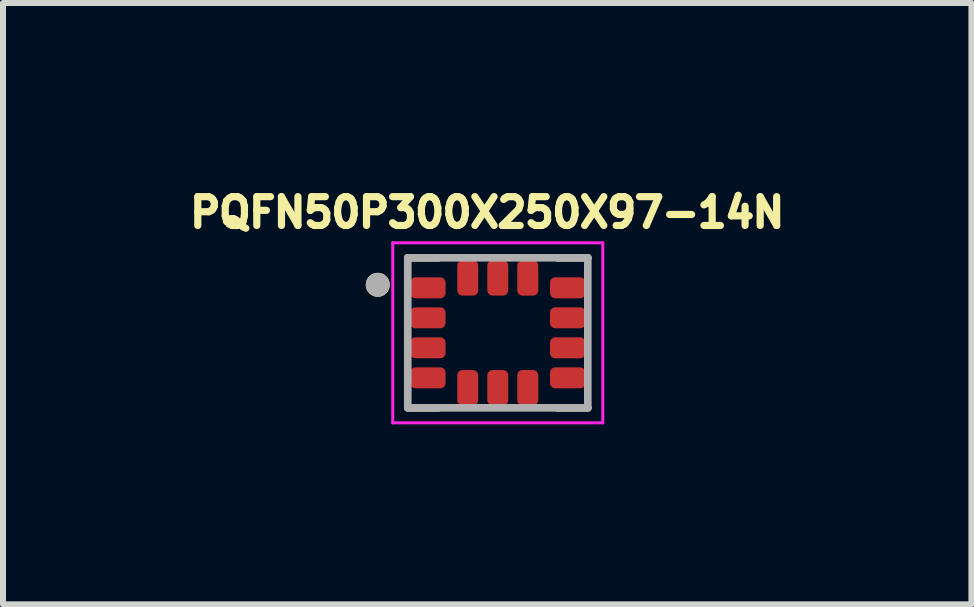
<source format=kicad_pcb>
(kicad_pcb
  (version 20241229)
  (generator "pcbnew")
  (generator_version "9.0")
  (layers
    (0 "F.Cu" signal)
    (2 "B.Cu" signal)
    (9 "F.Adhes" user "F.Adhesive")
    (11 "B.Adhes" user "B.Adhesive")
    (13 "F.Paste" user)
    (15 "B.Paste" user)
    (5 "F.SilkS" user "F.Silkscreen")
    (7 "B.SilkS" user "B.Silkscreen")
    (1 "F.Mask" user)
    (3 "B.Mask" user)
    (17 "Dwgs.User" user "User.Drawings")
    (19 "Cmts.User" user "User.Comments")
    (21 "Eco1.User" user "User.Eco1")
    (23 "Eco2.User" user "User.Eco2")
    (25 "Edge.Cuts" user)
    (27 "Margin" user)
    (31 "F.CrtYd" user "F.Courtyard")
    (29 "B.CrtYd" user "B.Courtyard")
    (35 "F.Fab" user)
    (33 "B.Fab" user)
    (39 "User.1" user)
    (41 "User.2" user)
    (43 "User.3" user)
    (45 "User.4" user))
  (footprint "PQFN50P300X250X97-14N"
    (layer "F.Cu")
    (at 5.245 2.496)
    (property "Reference" "PQFN50P300X250X97-14N" (at -0.176 -2.005 0) (layer "F.SilkS") (effects (font (size 0.48 0.48) (thickness 0.15))))
    (attr smd)
    (fp_poly (pts (xy -0.82 -0.85) (xy -0.82 -0.65) (xy -0.82 -0.643) (xy -0.821 -0.637) (xy -0.822 -0.63) (xy -0.823 -0.624) (xy -0.824 -0.618) (xy -0.826 -0.611) (xy -0.828 -0.605) (xy -0.831 -0.599) (xy -0.834 -0.593) (xy -0.837 -0.588) (xy -0.84 -0.582) (xy -0.844 -0.577) (xy -0.848 -0.571) (xy -0.852 -0.566) (xy -0.857 -0.562) (xy -0.861 -0.557) (xy -0.866 -0.553) (xy -0.872 -0.549) (xy -0.877 -0.545) (xy -0.882 -0.542) (xy -0.888 -0.539) (xy -0.894 -0.536) (xy -0.9 -0.533) (xy -0.906 -0.531) (xy -0.913 -0.529) (xy -0.919 -0.528) (xy -0.925 -0.527) (xy -0.932 -0.526) (xy -0.938 -0.525) (xy -0.945 -0.525) (xy -1.385 -0.525) (xy -1.392 -0.525) (xy -1.398 -0.526) (xy -1.405 -0.527) (xy -1.411 -0.528) (xy -1.417 -0.529) (xy -1.424 -0.531) (xy -1.43 -0.533) (xy -1.436 -0.536) (xy -1.442 -0.539) (xy -1.448 -0.542) (xy -1.453 -0.545) (xy -1.458 -0.549) (xy -1.464 -0.553) (xy -1.469 -0.557) (xy -1.473 -0.562) (xy -1.478 -0.566) (xy -1.482 -0.571) (xy -1.486 -0.577) (xy -1.49 -0.582) (xy -1.493 -0.588) (xy -1.496 -0.593) (xy -1.499 -0.599) (xy -1.502 -0.605) (xy -1.504 -0.611) (xy -1.506 -0.618) (xy -1.507 -0.624) (xy -1.508 -0.63) (xy -1.509 -0.637) (xy -1.51 -0.643) (xy -1.51 -0.65) (xy -1.51 -0.85) (xy -1.51 -0.857) (xy -1.509 -0.863) (xy -1.508 -0.87) (xy -1.507 -0.876) (xy -1.506 -0.882) (xy -1.504 -0.889) (xy -1.502 -0.895) (xy -1.499 -0.901) (xy -1.496 -0.907) (xy -1.493 -0.912) (xy -1.49 -0.918) (xy -1.486 -0.923) (xy -1.482 -0.929) (xy -1.478 -0.934) (xy -1.473 -0.938) (xy -1.469 -0.943) (xy -1.464 -0.947) (xy -1.458 -0.951) (xy -1.453 -0.955) (xy -1.448 -0.958) (xy -1.442 -0.961) (xy -1.436 -0.964) (xy -1.43 -0.967) (xy -1.424 -0.969) (xy -1.417 -0.971) (xy -1.411 -0.972) (xy -1.405 -0.973) (xy -1.398 -0.974) (xy -1.392 -0.975) (xy -1.385 -0.975) (xy -0.945 -0.975) (xy -0.938 -0.975) (xy -0.932 -0.974) (xy -0.925 -0.973) (xy -0.919 -0.972) (xy -0.913 -0.971) (xy -0.906 -0.969) (xy -0.9 -0.967) (xy -0.894 -0.964) (xy -0.888 -0.961) (xy -0.882 -0.958) (xy -0.877 -0.955) (xy -0.872 -0.951) (xy -0.866 -0.947) (xy -0.861 -0.943) (xy -0.857 -0.938) (xy -0.852 -0.934) (xy -0.848 -0.929) (xy -0.844 -0.923) (xy -0.84 -0.918) (xy -0.837 -0.912) (xy -0.834 -0.907) (xy -0.831 -0.901) (xy -0.828 -0.895) (xy -0.826 -0.889) (xy -0.824 -0.882) (xy -0.823 -0.876) (xy -0.822 -0.87) (xy -0.821 -0.863) (xy -0.82 -0.857) (xy -0.82 -0.85)) (stroke (width 0.01) (type solid)) (fill yes) (layer "F.Mask"))
    (fp_poly (pts (xy -0.82 -0.35) (xy -0.82 -0.15) (xy -0.82 -0.143) (xy -0.821 -0.137) (xy -0.822 -0.13) (xy -0.823 -0.124) (xy -0.824 -0.118) (xy -0.826 -0.111) (xy -0.828 -0.105) (xy -0.831 -0.099) (xy -0.834 -0.093) (xy -0.837 -0.088) (xy -0.84 -0.082) (xy -0.844 -0.077) (xy -0.848 -0.071) (xy -0.852 -0.066) (xy -0.857 -0.062) (xy -0.861 -0.057) (xy -0.866 -0.053) (xy -0.872 -0.049) (xy -0.877 -0.045) (xy -0.882 -0.042) (xy -0.888 -0.039) (xy -0.894 -0.036) (xy -0.9 -0.033) (xy -0.906 -0.031) (xy -0.913 -0.029) (xy -0.919 -0.028) (xy -0.925 -0.027) (xy -0.932 -0.026) (xy -0.938 -0.025) (xy -0.945 -0.025) (xy -1.385 -0.025) (xy -1.392 -0.025) (xy -1.398 -0.026) (xy -1.405 -0.027) (xy -1.411 -0.028) (xy -1.417 -0.029) (xy -1.424 -0.031) (xy -1.43 -0.033) (xy -1.436 -0.036) (xy -1.442 -0.039) (xy -1.448 -0.042) (xy -1.453 -0.045) (xy -1.458 -0.049) (xy -1.464 -0.053) (xy -1.469 -0.057) (xy -1.473 -0.062) (xy -1.478 -0.066) (xy -1.482 -0.071) (xy -1.486 -0.077) (xy -1.49 -0.082) (xy -1.493 -0.088) (xy -1.496 -0.093) (xy -1.499 -0.099) (xy -1.502 -0.105) (xy -1.504 -0.111) (xy -1.506 -0.118) (xy -1.507 -0.124) (xy -1.508 -0.13) (xy -1.509 -0.137) (xy -1.51 -0.143) (xy -1.51 -0.15) (xy -1.51 -0.35) (xy -1.51 -0.357) (xy -1.509 -0.363) (xy -1.508 -0.37) (xy -1.507 -0.376) (xy -1.506 -0.382) (xy -1.504 -0.389) (xy -1.502 -0.395) (xy -1.499 -0.401) (xy -1.496 -0.407) (xy -1.493 -0.412) (xy -1.49 -0.418) (xy -1.486 -0.423) (xy -1.482 -0.429) (xy -1.478 -0.434) (xy -1.473 -0.438) (xy -1.469 -0.443) (xy -1.464 -0.447) (xy -1.458 -0.451) (xy -1.453 -0.455) (xy -1.448 -0.458) (xy -1.442 -0.461) (xy -1.436 -0.464) (xy -1.43 -0.467) (xy -1.424 -0.469) (xy -1.417 -0.471) (xy -1.411 -0.472) (xy -1.405 -0.473) (xy -1.398 -0.474) (xy -1.392 -0.475) (xy -1.385 -0.475) (xy -0.945 -0.475) (xy -0.938 -0.475) (xy -0.932 -0.474) (xy -0.925 -0.473) (xy -0.919 -0.472) (xy -0.913 -0.471) (xy -0.906 -0.469) (xy -0.9 -0.467) (xy -0.894 -0.464) (xy -0.888 -0.461) (xy -0.882 -0.458) (xy -0.877 -0.455) (xy -0.872 -0.451) (xy -0.866 -0.447) (xy -0.861 -0.443) (xy -0.857 -0.438) (xy -0.852 -0.434) (xy -0.848 -0.429) (xy -0.844 -0.423) (xy -0.84 -0.418) (xy -0.837 -0.412) (xy -0.834 -0.407) (xy -0.831 -0.401) (xy -0.828 -0.395) (xy -0.826 -0.389) (xy -0.824 -0.382) (xy -0.823 -0.376) (xy -0.822 -0.37) (xy -0.821 -0.363) (xy -0.82 -0.357) (xy -0.82 -0.35)) (stroke (width 0.01) (type solid)) (fill yes) (layer "F.Mask"))
    (fp_poly (pts (xy -0.82 0.15) (xy -0.82 0.35) (xy -0.82 0.357) (xy -0.821 0.363) (xy -0.822 0.37) (xy -0.823 0.376) (xy -0.824 0.382) (xy -0.826 0.389) (xy -0.828 0.395) (xy -0.831 0.401) (xy -0.834 0.407) (xy -0.837 0.412) (xy -0.84 0.418) (xy -0.844 0.423) (xy -0.848 0.429) (xy -0.852 0.434) (xy -0.857 0.438) (xy -0.861 0.443) (xy -0.866 0.447) (xy -0.872 0.451) (xy -0.877 0.455) (xy -0.882 0.458) (xy -0.888 0.461) (xy -0.894 0.464) (xy -0.9 0.467) (xy -0.906 0.469) (xy -0.913 0.471) (xy -0.919 0.472) (xy -0.925 0.473) (xy -0.932 0.474) (xy -0.938 0.475) (xy -0.945 0.475) (xy -1.385 0.475) (xy -1.392 0.475) (xy -1.398 0.474) (xy -1.405 0.473) (xy -1.411 0.472) (xy -1.417 0.471) (xy -1.424 0.469) (xy -1.43 0.467) (xy -1.436 0.464) (xy -1.442 0.461) (xy -1.448 0.458) (xy -1.453 0.455) (xy -1.458 0.451) (xy -1.464 0.447) (xy -1.469 0.443) (xy -1.473 0.438) (xy -1.478 0.434) (xy -1.482 0.429) (xy -1.486 0.423) (xy -1.49 0.418) (xy -1.493 0.412) (xy -1.496 0.407) (xy -1.499 0.401) (xy -1.502 0.395) (xy -1.504 0.389) (xy -1.506 0.382) (xy -1.507 0.376) (xy -1.508 0.37) (xy -1.509 0.363) (xy -1.51 0.357) (xy -1.51 0.35) (xy -1.51 0.15) (xy -1.51 0.143) (xy -1.509 0.137) (xy -1.508 0.13) (xy -1.507 0.124) (xy -1.506 0.118) (xy -1.504 0.111) (xy -1.502 0.105) (xy -1.499 0.099) (xy -1.496 0.093) (xy -1.493 0.088) (xy -1.49 0.082) (xy -1.486 0.077) (xy -1.482 0.071) (xy -1.478 0.066) (xy -1.473 0.062) (xy -1.469 0.057) (xy -1.464 0.053) (xy -1.458 0.049) (xy -1.453 0.045) (xy -1.448 0.042) (xy -1.442 0.039) (xy -1.436 0.036) (xy -1.43 0.033) (xy -1.424 0.031) (xy -1.417 0.029) (xy -1.411 0.028) (xy -1.405 0.027) (xy -1.398 0.026) (xy -1.392 0.025) (xy -1.385 0.025) (xy -0.945 0.025) (xy -0.938 0.025) (xy -0.932 0.026) (xy -0.925 0.027) (xy -0.919 0.028) (xy -0.913 0.029) (xy -0.906 0.031) (xy -0.9 0.033) (xy -0.894 0.036) (xy -0.888 0.039) (xy -0.882 0.042) (xy -0.877 0.045) (xy -0.872 0.049) (xy -0.866 0.053) (xy -0.861 0.057) (xy -0.857 0.062) (xy -0.852 0.066) (xy -0.848 0.071) (xy -0.844 0.077) (xy -0.84 0.082) (xy -0.837 0.088) (xy -0.834 0.093) (xy -0.831 0.099) (xy -0.828 0.105) (xy -0.826 0.111) (xy -0.824 0.118) (xy -0.823 0.124) (xy -0.822 0.13) (xy -0.821 0.137) (xy -0.82 0.143) (xy -0.82 0.15)) (stroke (width 0.01) (type solid)) (fill yes) (layer "F.Mask"))
    (fp_poly (pts (xy -0.82 0.65) (xy -0.82 0.85) (xy -0.82 0.857) (xy -0.821 0.863) (xy -0.822 0.87) (xy -0.823 0.876) (xy -0.824 0.882) (xy -0.826 0.889) (xy -0.828 0.895) (xy -0.831 0.901) (xy -0.834 0.907) (xy -0.837 0.912) (xy -0.84 0.918) (xy -0.844 0.923) (xy -0.848 0.929) (xy -0.852 0.934) (xy -0.857 0.938) (xy -0.861 0.943) (xy -0.866 0.947) (xy -0.872 0.951) (xy -0.877 0.955) (xy -0.882 0.958) (xy -0.888 0.961) (xy -0.894 0.964) (xy -0.9 0.967) (xy -0.906 0.969) (xy -0.913 0.971) (xy -0.919 0.972) (xy -0.925 0.973) (xy -0.932 0.974) (xy -0.938 0.975) (xy -0.945 0.975) (xy -1.385 0.975) (xy -1.392 0.975) (xy -1.398 0.974) (xy -1.405 0.973) (xy -1.411 0.972) (xy -1.417 0.971) (xy -1.424 0.969) (xy -1.43 0.967) (xy -1.436 0.964) (xy -1.442 0.961) (xy -1.448 0.958) (xy -1.453 0.955) (xy -1.458 0.951) (xy -1.464 0.947) (xy -1.469 0.943) (xy -1.473 0.938) (xy -1.478 0.934) (xy -1.482 0.929) (xy -1.486 0.923) (xy -1.49 0.918) (xy -1.493 0.912) (xy -1.496 0.907) (xy -1.499 0.901) (xy -1.502 0.895) (xy -1.504 0.889) (xy -1.506 0.882) (xy -1.507 0.876) (xy -1.508 0.87) (xy -1.509 0.863) (xy -1.51 0.857) (xy -1.51 0.85) (xy -1.51 0.65) (xy -1.51 0.643) (xy -1.509 0.637) (xy -1.508 0.63) (xy -1.507 0.624) (xy -1.506 0.618) (xy -1.504 0.611) (xy -1.502 0.605) (xy -1.499 0.599) (xy -1.496 0.593) (xy -1.493 0.588) (xy -1.49 0.582) (xy -1.486 0.577) (xy -1.482 0.571) (xy -1.478 0.566) (xy -1.473 0.562) (xy -1.469 0.557) (xy -1.464 0.553) (xy -1.458 0.549) (xy -1.453 0.545) (xy -1.448 0.542) (xy -1.442 0.539) (xy -1.436 0.536) (xy -1.43 0.533) (xy -1.424 0.531) (xy -1.417 0.529) (xy -1.411 0.528) (xy -1.405 0.527) (xy -1.398 0.526) (xy -1.392 0.525) (xy -1.385 0.525) (xy -0.945 0.525) (xy -0.938 0.525) (xy -0.932 0.526) (xy -0.925 0.527) (xy -0.919 0.528) (xy -0.913 0.529) (xy -0.906 0.531) (xy -0.9 0.533) (xy -0.894 0.536) (xy -0.888 0.539) (xy -0.882 0.542) (xy -0.877 0.545) (xy -0.872 0.549) (xy -0.866 0.553) (xy -0.861 0.557) (xy -0.857 0.562) (xy -0.852 0.566) (xy -0.848 0.571) (xy -0.844 0.577) (xy -0.84 0.582) (xy -0.837 0.588) (xy -0.834 0.593) (xy -0.831 0.599) (xy -0.828 0.605) (xy -0.826 0.611) (xy -0.824 0.618) (xy -0.823 0.624) (xy -0.822 0.63) (xy -0.821 0.637) (xy -0.82 0.643) (xy -0.82 0.65)) (stroke (width 0.01) (type solid)) (fill yes) (layer "F.Mask"))
    (fp_poly (pts (xy -0.6 -1.26) (xy -0.4 -1.26) (xy -0.393 -1.26) (xy -0.387 -1.259) (xy -0.38 -1.258) (xy -0.374 -1.257) (xy -0.368 -1.256) (xy -0.361 -1.254) (xy -0.355 -1.252) (xy -0.349 -1.249) (xy -0.343 -1.246) (xy -0.338 -1.243) (xy -0.332 -1.24) (xy -0.327 -1.236) (xy -0.321 -1.232) (xy -0.316 -1.228) (xy -0.312 -1.223) (xy -0.307 -1.219) (xy -0.303 -1.214) (xy -0.299 -1.208) (xy -0.295 -1.203) (xy -0.292 -1.198) (xy -0.289 -1.192) (xy -0.286 -1.186) (xy -0.283 -1.18) (xy -0.281 -1.174) (xy -0.279 -1.167) (xy -0.278 -1.161) (xy -0.277 -1.155) (xy -0.276 -1.148) (xy -0.275 -1.142) (xy -0.275 -1.135) (xy -0.275 -0.695) (xy -0.275 -0.688) (xy -0.276 -0.682) (xy -0.277 -0.675) (xy -0.278 -0.669) (xy -0.279 -0.663) (xy -0.281 -0.656) (xy -0.283 -0.65) (xy -0.286 -0.644) (xy -0.289 -0.638) (xy -0.292 -0.632) (xy -0.295 -0.627) (xy -0.299 -0.622) (xy -0.303 -0.616) (xy -0.307 -0.611) (xy -0.312 -0.607) (xy -0.316 -0.602) (xy -0.321 -0.598) (xy -0.327 -0.594) (xy -0.332 -0.59) (xy -0.338 -0.587) (xy -0.343 -0.584) (xy -0.349 -0.581) (xy -0.355 -0.578) (xy -0.361 -0.576) (xy -0.368 -0.574) (xy -0.374 -0.573) (xy -0.38 -0.572) (xy -0.387 -0.571) (xy -0.393 -0.57) (xy -0.4 -0.57) (xy -0.6 -0.57) (xy -0.607 -0.57) (xy -0.613 -0.571) (xy -0.62 -0.572) (xy -0.626 -0.573) (xy -0.632 -0.574) (xy -0.639 -0.576) (xy -0.645 -0.578) (xy -0.651 -0.581) (xy -0.657 -0.584) (xy -0.663 -0.587) (xy -0.668 -0.59) (xy -0.673 -0.594) (xy -0.679 -0.598) (xy -0.684 -0.602) (xy -0.688 -0.607) (xy -0.693 -0.611) (xy -0.697 -0.616) (xy -0.701 -0.622) (xy -0.705 -0.627) (xy -0.708 -0.632) (xy -0.711 -0.638) (xy -0.714 -0.644) (xy -0.717 -0.65) (xy -0.719 -0.656) (xy -0.721 -0.663) (xy -0.722 -0.669) (xy -0.723 -0.675) (xy -0.724 -0.682) (xy -0.725 -0.688) (xy -0.725 -0.695) (xy -0.725 -1.135) (xy -0.725 -1.142) (xy -0.724 -1.148) (xy -0.723 -1.155) (xy -0.722 -1.161) (xy -0.721 -1.167) (xy -0.719 -1.174) (xy -0.717 -1.18) (xy -0.714 -1.186) (xy -0.711 -1.192) (xy -0.708 -1.198) (xy -0.705 -1.203) (xy -0.701 -1.208) (xy -0.697 -1.214) (xy -0.693 -1.219) (xy -0.688 -1.223) (xy -0.684 -1.228) (xy -0.679 -1.232) (xy -0.673 -1.236) (xy -0.668 -1.24) (xy -0.662 -1.243) (xy -0.657 -1.246) (xy -0.651 -1.249) (xy -0.645 -1.252) (xy -0.639 -1.254) (xy -0.632 -1.256) (xy -0.626 -1.257) (xy -0.62 -1.258) (xy -0.613 -1.259) (xy -0.607 -1.26) (xy -0.6 -1.26)) (stroke (width 0.01) (type solid)) (fill yes) (layer "F.Mask"))
    (fp_poly (pts (xy -0.6 0.57) (xy -0.4 0.57) (xy -0.393 0.57) (xy -0.387 0.571) (xy -0.38 0.572) (xy -0.374 0.573) (xy -0.368 0.574) (xy -0.361 0.576) (xy -0.355 0.578) (xy -0.349 0.581) (xy -0.343 0.584) (xy -0.338 0.587) (xy -0.332 0.59) (xy -0.327 0.594) (xy -0.321 0.598) (xy -0.316 0.602) (xy -0.312 0.607) (xy -0.307 0.611) (xy -0.303 0.616) (xy -0.299 0.622) (xy -0.295 0.627) (xy -0.292 0.632) (xy -0.289 0.638) (xy -0.286 0.644) (xy -0.283 0.65) (xy -0.281 0.656) (xy -0.279 0.663) (xy -0.278 0.669) (xy -0.277 0.675) (xy -0.276 0.682) (xy -0.275 0.688) (xy -0.275 0.695) (xy -0.275 1.135) (xy -0.275 1.142) (xy -0.276 1.148) (xy -0.277 1.155) (xy -0.278 1.161) (xy -0.279 1.167) (xy -0.281 1.174) (xy -0.283 1.18) (xy -0.286 1.186) (xy -0.289 1.192) (xy -0.292 1.198) (xy -0.295 1.203) (xy -0.299 1.208) (xy -0.303 1.214) (xy -0.307 1.219) (xy -0.312 1.223) (xy -0.316 1.228) (xy -0.321 1.232) (xy -0.327 1.236) (xy -0.332 1.24) (xy -0.338 1.243) (xy -0.343 1.246) (xy -0.349 1.249) (xy -0.355 1.252) (xy -0.361 1.254) (xy -0.368 1.256) (xy -0.374 1.257) (xy -0.38 1.258) (xy -0.387 1.259) (xy -0.393 1.26) (xy -0.4 1.26) (xy -0.6 1.26) (xy -0.607 1.26) (xy -0.613 1.259) (xy -0.62 1.258) (xy -0.626 1.257) (xy -0.632 1.256) (xy -0.639 1.254) (xy -0.645 1.252) (xy -0.651 1.249) (xy -0.657 1.246) (xy -0.663 1.243) (xy -0.668 1.24) (xy -0.673 1.236) (xy -0.679 1.232) (xy -0.684 1.228) (xy -0.688 1.223) (xy -0.693 1.219) (xy -0.697 1.214) (xy -0.701 1.208) (xy -0.705 1.203) (xy -0.708 1.198) (xy -0.711 1.192) (xy -0.714 1.186) (xy -0.717 1.18) (xy -0.719 1.174) (xy -0.721 1.167) (xy -0.722 1.161) (xy -0.723 1.155) (xy -0.724 1.148) (xy -0.725 1.142) (xy -0.725 1.135) (xy -0.725 0.695) (xy -0.725 0.688) (xy -0.724 0.682) (xy -0.723 0.675) (xy -0.722 0.669) (xy -0.721 0.663) (xy -0.719 0.656) (xy -0.717 0.65) (xy -0.714 0.644) (xy -0.711 0.638) (xy -0.708 0.632) (xy -0.705 0.627) (xy -0.701 0.622) (xy -0.697 0.616) (xy -0.693 0.611) (xy -0.688 0.607) (xy -0.684 0.602) (xy -0.679 0.598) (xy -0.673 0.594) (xy -0.668 0.59) (xy -0.662 0.587) (xy -0.657 0.584) (xy -0.651 0.581) (xy -0.645 0.578) (xy -0.639 0.576) (xy -0.632 0.574) (xy -0.626 0.573) (xy -0.62 0.572) (xy -0.613 0.571) (xy -0.607 0.57) (xy -0.6 0.57)) (stroke (width 0.01) (type solid)) (fill yes) (layer "F.Mask"))
    (fp_poly (pts (xy -0.1 -1.26) (xy 0.1 -1.26) (xy 0.107 -1.26) (xy 0.113 -1.259) (xy 0.12 -1.258) (xy 0.126 -1.257) (xy 0.132 -1.256) (xy 0.139 -1.254) (xy 0.145 -1.252) (xy 0.151 -1.249) (xy 0.157 -1.246) (xy 0.163 -1.243) (xy 0.168 -1.24) (xy 0.173 -1.236) (xy 0.179 -1.232) (xy 0.184 -1.228) (xy 0.188 -1.223) (xy 0.193 -1.219) (xy 0.197 -1.214) (xy 0.201 -1.208) (xy 0.205 -1.203) (xy 0.208 -1.198) (xy 0.211 -1.192) (xy 0.214 -1.186) (xy 0.217 -1.18) (xy 0.219 -1.174) (xy 0.221 -1.167) (xy 0.222 -1.161) (xy 0.223 -1.155) (xy 0.224 -1.148) (xy 0.225 -1.142) (xy 0.225 -1.135) (xy 0.225 -0.695) (xy 0.225 -0.688) (xy 0.224 -0.682) (xy 0.223 -0.675) (xy 0.222 -0.669) (xy 0.221 -0.663) (xy 0.219 -0.656) (xy 0.217 -0.65) (xy 0.214 -0.644) (xy 0.211 -0.638) (xy 0.208 -0.632) (xy 0.205 -0.627) (xy 0.201 -0.622) (xy 0.197 -0.616) (xy 0.193 -0.611) (xy 0.188 -0.607) (xy 0.184 -0.602) (xy 0.179 -0.598) (xy 0.173 -0.594) (xy 0.168 -0.59) (xy 0.163 -0.587) (xy 0.157 -0.584) (xy 0.151 -0.581) (xy 0.145 -0.578) (xy 0.139 -0.576) (xy 0.132 -0.574) (xy 0.126 -0.573) (xy 0.12 -0.572) (xy 0.113 -0.571) (xy 0.107 -0.57) (xy 0.1 -0.57) (xy -0.1 -0.57) (xy -0.107 -0.57) (xy -0.113 -0.571) (xy -0.12 -0.572) (xy -0.126 -0.573) (xy -0.132 -0.574) (xy -0.139 -0.576) (xy -0.145 -0.578) (xy -0.151 -0.581) (xy -0.157 -0.584) (xy -0.163 -0.587) (xy -0.168 -0.59) (xy -0.173 -0.594) (xy -0.179 -0.598) (xy -0.184 -0.602) (xy -0.188 -0.607) (xy -0.193 -0.611) (xy -0.197 -0.616) (xy -0.201 -0.622) (xy -0.205 -0.627) (xy -0.208 -0.632) (xy -0.211 -0.638) (xy -0.214 -0.644) (xy -0.217 -0.65) (xy -0.219 -0.656) (xy -0.221 -0.663) (xy -0.222 -0.669) (xy -0.223 -0.675) (xy -0.224 -0.682) (xy -0.225 -0.688) (xy -0.225 -0.695) (xy -0.225 -1.135) (xy -0.225 -1.142) (xy -0.224 -1.148) (xy -0.223 -1.155) (xy -0.222 -1.161) (xy -0.221 -1.167) (xy -0.219 -1.174) (xy -0.217 -1.18) (xy -0.214 -1.186) (xy -0.211 -1.192) (xy -0.208 -1.198) (xy -0.205 -1.203) (xy -0.201 -1.208) (xy -0.197 -1.214) (xy -0.193 -1.219) (xy -0.188 -1.223) (xy -0.184 -1.228) (xy -0.179 -1.232) (xy -0.173 -1.236) (xy -0.168 -1.24) (xy -0.162 -1.243) (xy -0.157 -1.246) (xy -0.151 -1.249) (xy -0.145 -1.252) (xy -0.139 -1.254) (xy -0.132 -1.256) (xy -0.126 -1.257) (xy -0.12 -1.258) (xy -0.113 -1.259) (xy -0.107 -1.26) (xy -0.1 -1.26)) (stroke (width 0.01) (type solid)) (fill yes) (layer "F.Mask"))
    (fp_poly (pts (xy -0.1 0.57) (xy 0.1 0.57) (xy 0.107 0.57) (xy 0.113 0.571) (xy 0.12 0.572) (xy 0.126 0.573) (xy 0.132 0.574) (xy 0.139 0.576) (xy 0.145 0.578) (xy 0.151 0.581) (xy 0.157 0.584) (xy 0.163 0.587) (xy 0.168 0.59) (xy 0.173 0.594) (xy 0.179 0.598) (xy 0.184 0.602) (xy 0.188 0.607) (xy 0.193 0.611) (xy 0.197 0.616) (xy 0.201 0.622) (xy 0.205 0.627) (xy 0.208 0.632) (xy 0.211 0.638) (xy 0.214 0.644) (xy 0.217 0.65) (xy 0.219 0.656) (xy 0.221 0.663) (xy 0.222 0.669) (xy 0.223 0.675) (xy 0.224 0.682) (xy 0.225 0.688) (xy 0.225 0.695) (xy 0.225 1.135) (xy 0.225 1.142) (xy 0.224 1.148) (xy 0.223 1.155) (xy 0.222 1.161) (xy 0.221 1.167) (xy 0.219 1.174) (xy 0.217 1.18) (xy 0.214 1.186) (xy 0.211 1.192) (xy 0.208 1.198) (xy 0.205 1.203) (xy 0.201 1.208) (xy 0.197 1.214) (xy 0.193 1.219) (xy 0.188 1.223) (xy 0.184 1.228) (xy 0.179 1.232) (xy 0.173 1.236) (xy 0.168 1.24) (xy 0.163 1.243) (xy 0.157 1.246) (xy 0.151 1.249) (xy 0.145 1.252) (xy 0.139 1.254) (xy 0.132 1.256) (xy 0.126 1.257) (xy 0.12 1.258) (xy 0.113 1.259) (xy 0.107 1.26) (xy 0.1 1.26) (xy -0.1 1.26) (xy -0.107 1.26) (xy -0.113 1.259) (xy -0.12 1.258) (xy -0.126 1.257) (xy -0.132 1.256) (xy -0.139 1.254) (xy -0.145 1.252) (xy -0.151 1.249) (xy -0.157 1.246) (xy -0.163 1.243) (xy -0.168 1.24) (xy -0.173 1.236) (xy -0.179 1.232) (xy -0.184 1.228) (xy -0.188 1.223) (xy -0.193 1.219) (xy -0.197 1.214) (xy -0.201 1.208) (xy -0.205 1.203) (xy -0.208 1.198) (xy -0.211 1.192) (xy -0.214 1.186) (xy -0.217 1.18) (xy -0.219 1.174) (xy -0.221 1.167) (xy -0.222 1.161) (xy -0.223 1.155) (xy -0.224 1.148) (xy -0.225 1.142) (xy -0.225 1.135) (xy -0.225 0.695) (xy -0.225 0.688) (xy -0.224 0.682) (xy -0.223 0.675) (xy -0.222 0.669) (xy -0.221 0.663) (xy -0.219 0.656) (xy -0.217 0.65) (xy -0.214 0.644) (xy -0.211 0.638) (xy -0.208 0.632) (xy -0.205 0.627) (xy -0.201 0.622) (xy -0.197 0.616) (xy -0.193 0.611) (xy -0.188 0.607) (xy -0.184 0.602) (xy -0.179 0.598) (xy -0.173 0.594) (xy -0.168 0.59) (xy -0.162 0.587) (xy -0.157 0.584) (xy -0.151 0.581) (xy -0.145 0.578) (xy -0.139 0.576) (xy -0.132 0.574) (xy -0.126 0.573) (xy -0.12 0.572) (xy -0.113 0.571) (xy -0.107 0.57) (xy -0.1 0.57)) (stroke (width 0.01) (type solid)) (fill yes) (layer "F.Mask"))
    (fp_poly (pts (xy 0.4 -1.26) (xy 0.6 -1.26) (xy 0.607 -1.26) (xy 0.613 -1.259) (xy 0.62 -1.258) (xy 0.626 -1.257) (xy 0.632 -1.256) (xy 0.639 -1.254) (xy 0.645 -1.252) (xy 0.651 -1.249) (xy 0.657 -1.246) (xy 0.662 -1.243) (xy 0.668 -1.24) (xy 0.673 -1.236) (xy 0.679 -1.232) (xy 0.684 -1.228) (xy 0.688 -1.223) (xy 0.693 -1.219) (xy 0.697 -1.214) (xy 0.701 -1.208) (xy 0.705 -1.203) (xy 0.708 -1.198) (xy 0.711 -1.192) (xy 0.714 -1.186) (xy 0.717 -1.18) (xy 0.719 -1.174) (xy 0.721 -1.167) (xy 0.722 -1.161) (xy 0.723 -1.155) (xy 0.724 -1.148) (xy 0.725 -1.142) (xy 0.725 -1.135) (xy 0.725 -0.695) (xy 0.725 -0.688) (xy 0.724 -0.682) (xy 0.723 -0.675) (xy 0.722 -0.669) (xy 0.721 -0.663) (xy 0.719 -0.656) (xy 0.717 -0.65) (xy 0.714 -0.644) (xy 0.711 -0.638) (xy 0.708 -0.632) (xy 0.705 -0.627) (xy 0.701 -0.622) (xy 0.697 -0.616) (xy 0.693 -0.611) (xy 0.688 -0.607) (xy 0.684 -0.602) (xy 0.679 -0.598) (xy 0.673 -0.594) (xy 0.668 -0.59) (xy 0.662 -0.587) (xy 0.657 -0.584) (xy 0.651 -0.581) (xy 0.645 -0.578) (xy 0.639 -0.576) (xy 0.632 -0.574) (xy 0.626 -0.573) (xy 0.62 -0.572) (xy 0.613 -0.571) (xy 0.607 -0.57) (xy 0.6 -0.57) (xy 0.4 -0.57) (xy 0.393 -0.57) (xy 0.387 -0.571) (xy 0.38 -0.572) (xy 0.374 -0.573) (xy 0.368 -0.574) (xy 0.361 -0.576) (xy 0.355 -0.578) (xy 0.349 -0.581) (xy 0.343 -0.584) (xy 0.337 -0.587) (xy 0.332 -0.59) (xy 0.327 -0.594) (xy 0.321 -0.598) (xy 0.316 -0.602) (xy 0.312 -0.607) (xy 0.307 -0.611) (xy 0.303 -0.616) (xy 0.299 -0.622) (xy 0.295 -0.627) (xy 0.292 -0.632) (xy 0.289 -0.638) (xy 0.286 -0.644) (xy 0.283 -0.65) (xy 0.281 -0.656) (xy 0.279 -0.663) (xy 0.278 -0.669) (xy 0.277 -0.675) (xy 0.276 -0.682) (xy 0.275 -0.688) (xy 0.275 -0.695) (xy 0.275 -1.135) (xy 0.275 -1.142) (xy 0.276 -1.148) (xy 0.277 -1.155) (xy 0.278 -1.161) (xy 0.279 -1.167) (xy 0.281 -1.174) (xy 0.283 -1.18) (xy 0.286 -1.186) (xy 0.289 -1.192) (xy 0.292 -1.198) (xy 0.295 -1.203) (xy 0.299 -1.208) (xy 0.303 -1.214) (xy 0.307 -1.219) (xy 0.312 -1.223) (xy 0.316 -1.228) (xy 0.321 -1.232) (xy 0.327 -1.236) (xy 0.332 -1.24) (xy 0.338 -1.243) (xy 0.343 -1.246) (xy 0.349 -1.249) (xy 0.355 -1.252) (xy 0.361 -1.254) (xy 0.368 -1.256) (xy 0.374 -1.257) (xy 0.38 -1.258) (xy 0.387 -1.259) (xy 0.393 -1.26) (xy 0.4 -1.26)) (stroke (width 0.01) (type solid)) (fill yes) (layer "F.Mask"))
    (fp_poly (pts (xy 0.4 0.57) (xy 0.6 0.57) (xy 0.607 0.57) (xy 0.613 0.571) (xy 0.62 0.572) (xy 0.626 0.573) (xy 0.632 0.574) (xy 0.639 0.576) (xy 0.645 0.578) (xy 0.651 0.581) (xy 0.657 0.584) (xy 0.662 0.587) (xy 0.668 0.59) (xy 0.673 0.594) (xy 0.679 0.598) (xy 0.684 0.602) (xy 0.688 0.607) (xy 0.693 0.611) (xy 0.697 0.616) (xy 0.701 0.622) (xy 0.705 0.627) (xy 0.708 0.632) (xy 0.711 0.638) (xy 0.714 0.644) (xy 0.717 0.65) (xy 0.719 0.656) (xy 0.721 0.663) (xy 0.722 0.669) (xy 0.723 0.675) (xy 0.724 0.682) (xy 0.725 0.688) (xy 0.725 0.695) (xy 0.725 1.135) (xy 0.725 1.142) (xy 0.724 1.148) (xy 0.723 1.155) (xy 0.722 1.161) (xy 0.721 1.167) (xy 0.719 1.174) (xy 0.717 1.18) (xy 0.714 1.186) (xy 0.711 1.192) (xy 0.708 1.198) (xy 0.705 1.203) (xy 0.701 1.208) (xy 0.697 1.214) (xy 0.693 1.219) (xy 0.688 1.223) (xy 0.684 1.228) (xy 0.679 1.232) (xy 0.673 1.236) (xy 0.668 1.24) (xy 0.662 1.243) (xy 0.657 1.246) (xy 0.651 1.249) (xy 0.645 1.252) (xy 0.639 1.254) (xy 0.632 1.256) (xy 0.626 1.257) (xy 0.62 1.258) (xy 0.613 1.259) (xy 0.607 1.26) (xy 0.6 1.26) (xy 0.4 1.26) (xy 0.393 1.26) (xy 0.387 1.259) (xy 0.38 1.258) (xy 0.374 1.257) (xy 0.368 1.256) (xy 0.361 1.254) (xy 0.355 1.252) (xy 0.349 1.249) (xy 0.343 1.246) (xy 0.337 1.243) (xy 0.332 1.24) (xy 0.327 1.236) (xy 0.321 1.232) (xy 0.316 1.228) (xy 0.312 1.223) (xy 0.307 1.219) (xy 0.303 1.214) (xy 0.299 1.208) (xy 0.295 1.203) (xy 0.292 1.198) (xy 0.289 1.192) (xy 0.286 1.186) (xy 0.283 1.18) (xy 0.281 1.174) (xy 0.279 1.167) (xy 0.278 1.161) (xy 0.277 1.155) (xy 0.276 1.148) (xy 0.275 1.142) (xy 0.275 1.135) (xy 0.275 0.695) (xy 0.275 0.688) (xy 0.276 0.682) (xy 0.277 0.675) (xy 0.278 0.669) (xy 0.279 0.663) (xy 0.281 0.656) (xy 0.283 0.65) (xy 0.286 0.644) (xy 0.289 0.638) (xy 0.292 0.632) (xy 0.295 0.627) (xy 0.299 0.622) (xy 0.303 0.616) (xy 0.307 0.611) (xy 0.312 0.607) (xy 0.316 0.602) (xy 0.321 0.598) (xy 0.327 0.594) (xy 0.332 0.59) (xy 0.338 0.587) (xy 0.343 0.584) (xy 0.349 0.581) (xy 0.355 0.578) (xy 0.361 0.576) (xy 0.368 0.574) (xy 0.374 0.573) (xy 0.38 0.572) (xy 0.387 0.571) (xy 0.393 0.57) (xy 0.4 0.57)) (stroke (width 0.01) (type solid)) (fill yes) (layer "F.Mask"))
    (fp_poly (pts (xy 1.51 -0.85) (xy 1.51 -0.65) (xy 1.51 -0.643) (xy 1.509 -0.637) (xy 1.508 -0.63) (xy 1.507 -0.624) (xy 1.506 -0.618) (xy 1.504 -0.611) (xy 1.502 -0.605) (xy 1.499 -0.599) (xy 1.496 -0.593) (xy 1.493 -0.588) (xy 1.49 -0.582) (xy 1.486 -0.577) (xy 1.482 -0.571) (xy 1.478 -0.566) (xy 1.473 -0.562) (xy 1.469 -0.557) (xy 1.464 -0.553) (xy 1.458 -0.549) (xy 1.453 -0.545) (xy 1.448 -0.542) (xy 1.442 -0.539) (xy 1.436 -0.536) (xy 1.43 -0.533) (xy 1.424 -0.531) (xy 1.417 -0.529) (xy 1.411 -0.528) (xy 1.405 -0.527) (xy 1.398 -0.526) (xy 1.392 -0.525) (xy 1.385 -0.525) (xy 0.945 -0.525) (xy 0.938 -0.525) (xy 0.932 -0.526) (xy 0.925 -0.527) (xy 0.919 -0.528) (xy 0.913 -0.529) (xy 0.906 -0.531) (xy 0.9 -0.533) (xy 0.894 -0.536) (xy 0.888 -0.539) (xy 0.882 -0.542) (xy 0.877 -0.545) (xy 0.872 -0.549) (xy 0.866 -0.553) (xy 0.861 -0.557) (xy 0.857 -0.562) (xy 0.852 -0.566) (xy 0.848 -0.571) (xy 0.844 -0.577) (xy 0.84 -0.582) (xy 0.837 -0.588) (xy 0.834 -0.593) (xy 0.831 -0.599) (xy 0.828 -0.605) (xy 0.826 -0.611) (xy 0.824 -0.618) (xy 0.823 -0.624) (xy 0.822 -0.63) (xy 0.821 -0.637) (xy 0.82 -0.643) (xy 0.82 -0.65) (xy 0.82 -0.85) (xy 0.82 -0.857) (xy 0.821 -0.863) (xy 0.822 -0.87) (xy 0.823 -0.876) (xy 0.824 -0.882) (xy 0.826 -0.889) (xy 0.828 -0.895) (xy 0.831 -0.901) (xy 0.834 -0.907) (xy 0.837 -0.912) (xy 0.84 -0.918) (xy 0.844 -0.923) (xy 0.848 -0.929) (xy 0.852 -0.934) (xy 0.857 -0.938) (xy 0.861 -0.943) (xy 0.866 -0.947) (xy 0.872 -0.951) (xy 0.877 -0.955) (xy 0.882 -0.958) (xy 0.888 -0.961) (xy 0.894 -0.964) (xy 0.9 -0.967) (xy 0.906 -0.969) (xy 0.913 -0.971) (xy 0.919 -0.972) (xy 0.925 -0.973) (xy 0.932 -0.974) (xy 0.938 -0.975) (xy 0.945 -0.975) (xy 1.385 -0.975) (xy 1.392 -0.975) (xy 1.398 -0.974) (xy 1.405 -0.973) (xy 1.411 -0.972) (xy 1.417 -0.971) (xy 1.424 -0.969) (xy 1.43 -0.967) (xy 1.436 -0.964) (xy 1.442 -0.961) (xy 1.448 -0.958) (xy 1.453 -0.955) (xy 1.458 -0.951) (xy 1.464 -0.947) (xy 1.469 -0.943) (xy 1.473 -0.938) (xy 1.478 -0.934) (xy 1.482 -0.929) (xy 1.486 -0.923) (xy 1.49 -0.918) (xy 1.493 -0.912) (xy 1.496 -0.907) (xy 1.499 -0.901) (xy 1.502 -0.895) (xy 1.504 -0.889) (xy 1.506 -0.882) (xy 1.507 -0.876) (xy 1.508 -0.87) (xy 1.509 -0.863) (xy 1.51 -0.857) (xy 1.51 -0.85)) (stroke (width 0.01) (type solid)) (fill yes) (layer "F.Mask"))
    (fp_poly (pts (xy 1.51 -0.35) (xy 1.51 -0.15) (xy 1.51 -0.143) (xy 1.509 -0.137) (xy 1.508 -0.13) (xy 1.507 -0.124) (xy 1.506 -0.118) (xy 1.504 -0.111) (xy 1.502 -0.105) (xy 1.499 -0.099) (xy 1.496 -0.093) (xy 1.493 -0.088) (xy 1.49 -0.082) (xy 1.486 -0.077) (xy 1.482 -0.071) (xy 1.478 -0.066) (xy 1.473 -0.062) (xy 1.469 -0.057) (xy 1.464 -0.053) (xy 1.458 -0.049) (xy 1.453 -0.045) (xy 1.448 -0.042) (xy 1.442 -0.039) (xy 1.436 -0.036) (xy 1.43 -0.033) (xy 1.424 -0.031) (xy 1.417 -0.029) (xy 1.411 -0.028) (xy 1.405 -0.027) (xy 1.398 -0.026) (xy 1.392 -0.025) (xy 1.385 -0.025) (xy 0.945 -0.025) (xy 0.938 -0.025) (xy 0.932 -0.026) (xy 0.925 -0.027) (xy 0.919 -0.028) (xy 0.913 -0.029) (xy 0.906 -0.031) (xy 0.9 -0.033) (xy 0.894 -0.036) (xy 0.888 -0.039) (xy 0.882 -0.042) (xy 0.877 -0.045) (xy 0.872 -0.049) (xy 0.866 -0.053) (xy 0.861 -0.057) (xy 0.857 -0.062) (xy 0.852 -0.066) (xy 0.848 -0.071) (xy 0.844 -0.077) (xy 0.84 -0.082) (xy 0.837 -0.088) (xy 0.834 -0.093) (xy 0.831 -0.099) (xy 0.828 -0.105) (xy 0.826 -0.111) (xy 0.824 -0.118) (xy 0.823 -0.124) (xy 0.822 -0.13) (xy 0.821 -0.137) (xy 0.82 -0.143) (xy 0.82 -0.15) (xy 0.82 -0.35) (xy 0.82 -0.357) (xy 0.821 -0.363) (xy 0.822 -0.37) (xy 0.823 -0.376) (xy 0.824 -0.382) (xy 0.826 -0.389) (xy 0.828 -0.395) (xy 0.831 -0.401) (xy 0.834 -0.407) (xy 0.837 -0.412) (xy 0.84 -0.418) (xy 0.844 -0.423) (xy 0.848 -0.429) (xy 0.852 -0.434) (xy 0.857 -0.438) (xy 0.861 -0.443) (xy 0.866 -0.447) (xy 0.872 -0.451) (xy 0.877 -0.455) (xy 0.882 -0.458) (xy 0.888 -0.461) (xy 0.894 -0.464) (xy 0.9 -0.467) (xy 0.906 -0.469) (xy 0.913 -0.471) (xy 0.919 -0.472) (xy 0.925 -0.473) (xy 0.932 -0.474) (xy 0.938 -0.475) (xy 0.945 -0.475) (xy 1.385 -0.475) (xy 1.392 -0.475) (xy 1.398 -0.474) (xy 1.405 -0.473) (xy 1.411 -0.472) (xy 1.417 -0.471) (xy 1.424 -0.469) (xy 1.43 -0.467) (xy 1.436 -0.464) (xy 1.442 -0.461) (xy 1.448 -0.458) (xy 1.453 -0.455) (xy 1.458 -0.451) (xy 1.464 -0.447) (xy 1.469 -0.443) (xy 1.473 -0.438) (xy 1.478 -0.434) (xy 1.482 -0.429) (xy 1.486 -0.423) (xy 1.49 -0.418) (xy 1.493 -0.412) (xy 1.496 -0.407) (xy 1.499 -0.401) (xy 1.502 -0.395) (xy 1.504 -0.389) (xy 1.506 -0.382) (xy 1.507 -0.376) (xy 1.508 -0.37) (xy 1.509 -0.363) (xy 1.51 -0.357) (xy 1.51 -0.35)) (stroke (width 0.01) (type solid)) (fill yes) (layer "F.Mask"))
    (fp_poly (pts (xy 1.51 0.15) (xy 1.51 0.35) (xy 1.51 0.357) (xy 1.509 0.363) (xy 1.508 0.37) (xy 1.507 0.376) (xy 1.506 0.382) (xy 1.504 0.389) (xy 1.502 0.395) (xy 1.499 0.401) (xy 1.496 0.407) (xy 1.493 0.412) (xy 1.49 0.418) (xy 1.486 0.423) (xy 1.482 0.429) (xy 1.478 0.434) (xy 1.473 0.438) (xy 1.469 0.443) (xy 1.464 0.447) (xy 1.458 0.451) (xy 1.453 0.455) (xy 1.448 0.458) (xy 1.442 0.461) (xy 1.436 0.464) (xy 1.43 0.467) (xy 1.424 0.469) (xy 1.417 0.471) (xy 1.411 0.472) (xy 1.405 0.473) (xy 1.398 0.474) (xy 1.392 0.475) (xy 1.385 0.475) (xy 0.945 0.475) (xy 0.938 0.475) (xy 0.932 0.474) (xy 0.925 0.473) (xy 0.919 0.472) (xy 0.913 0.471) (xy 0.906 0.469) (xy 0.9 0.467) (xy 0.894 0.464) (xy 0.888 0.461) (xy 0.882 0.458) (xy 0.877 0.455) (xy 0.872 0.451) (xy 0.866 0.447) (xy 0.861 0.443) (xy 0.857 0.438) (xy 0.852 0.434) (xy 0.848 0.429) (xy 0.844 0.423) (xy 0.84 0.418) (xy 0.837 0.412) (xy 0.834 0.407) (xy 0.831 0.401) (xy 0.828 0.395) (xy 0.826 0.389) (xy 0.824 0.382) (xy 0.823 0.376) (xy 0.822 0.37) (xy 0.821 0.363) (xy 0.82 0.357) (xy 0.82 0.35) (xy 0.82 0.15) (xy 0.82 0.143) (xy 0.821 0.137) (xy 0.822 0.13) (xy 0.823 0.124) (xy 0.824 0.118) (xy 0.826 0.111) (xy 0.828 0.105) (xy 0.831 0.099) (xy 0.834 0.093) (xy 0.837 0.088) (xy 0.84 0.082) (xy 0.844 0.077) (xy 0.848 0.071) (xy 0.852 0.066) (xy 0.857 0.062) (xy 0.861 0.057) (xy 0.866 0.053) (xy 0.872 0.049) (xy 0.877 0.045) (xy 0.882 0.042) (xy 0.888 0.039) (xy 0.894 0.036) (xy 0.9 0.033) (xy 0.906 0.031) (xy 0.913 0.029) (xy 0.919 0.028) (xy 0.925 0.027) (xy 0.932 0.026) (xy 0.938 0.025) (xy 0.945 0.025) (xy 1.385 0.025) (xy 1.392 0.025) (xy 1.398 0.026) (xy 1.405 0.027) (xy 1.411 0.028) (xy 1.417 0.029) (xy 1.424 0.031) (xy 1.43 0.033) (xy 1.436 0.036) (xy 1.442 0.039) (xy 1.448 0.042) (xy 1.453 0.045) (xy 1.458 0.049) (xy 1.464 0.053) (xy 1.469 0.057) (xy 1.473 0.062) (xy 1.478 0.066) (xy 1.482 0.071) (xy 1.486 0.077) (xy 1.49 0.082) (xy 1.493 0.088) (xy 1.496 0.093) (xy 1.499 0.099) (xy 1.502 0.105) (xy 1.504 0.111) (xy 1.506 0.118) (xy 1.507 0.124) (xy 1.508 0.13) (xy 1.509 0.137) (xy 1.51 0.143) (xy 1.51 0.15)) (stroke (width 0.01) (type solid)) (fill yes) (layer "F.Mask"))
    (fp_poly (pts (xy 1.51 0.65) (xy 1.51 0.85) (xy 1.51 0.857) (xy 1.509 0.863) (xy 1.508 0.87) (xy 1.507 0.876) (xy 1.506 0.882) (xy 1.504 0.889) (xy 1.502 0.895) (xy 1.499 0.901) (xy 1.496 0.907) (xy 1.493 0.912) (xy 1.49 0.918) (xy 1.486 0.923) (xy 1.482 0.929) (xy 1.478 0.934) (xy 1.473 0.938) (xy 1.469 0.943) (xy 1.464 0.947) (xy 1.458 0.951) (xy 1.453 0.955) (xy 1.448 0.958) (xy 1.442 0.961) (xy 1.436 0.964) (xy 1.43 0.967) (xy 1.424 0.969) (xy 1.417 0.971) (xy 1.411 0.972) (xy 1.405 0.973) (xy 1.398 0.974) (xy 1.392 0.975) (xy 1.385 0.975) (xy 0.945 0.975) (xy 0.938 0.975) (xy 0.932 0.974) (xy 0.925 0.973) (xy 0.919 0.972) (xy 0.913 0.971) (xy 0.906 0.969) (xy 0.9 0.967) (xy 0.894 0.964) (xy 0.888 0.961) (xy 0.882 0.958) (xy 0.877 0.955) (xy 0.872 0.951) (xy 0.866 0.947) (xy 0.861 0.943) (xy 0.857 0.938) (xy 0.852 0.934) (xy 0.848 0.929) (xy 0.844 0.923) (xy 0.84 0.918) (xy 0.837 0.912) (xy 0.834 0.907) (xy 0.831 0.901) (xy 0.828 0.895) (xy 0.826 0.889) (xy 0.824 0.882) (xy 0.823 0.876) (xy 0.822 0.87) (xy 0.821 0.863) (xy 0.82 0.857) (xy 0.82 0.85) (xy 0.82 0.65) (xy 0.82 0.643) (xy 0.821 0.637) (xy 0.822 0.63) (xy 0.823 0.624) (xy 0.824 0.618) (xy 0.826 0.611) (xy 0.828 0.605) (xy 0.831 0.599) (xy 0.834 0.593) (xy 0.837 0.588) (xy 0.84 0.582) (xy 0.844 0.577) (xy 0.848 0.571) (xy 0.852 0.566) (xy 0.857 0.562) (xy 0.861 0.557) (xy 0.866 0.553) (xy 0.872 0.549) (xy 0.877 0.545) (xy 0.882 0.542) (xy 0.888 0.539) (xy 0.894 0.536) (xy 0.9 0.533) (xy 0.906 0.531) (xy 0.913 0.529) (xy 0.919 0.528) (xy 0.925 0.527) (xy 0.932 0.526) (xy 0.938 0.525) (xy 0.945 0.525) (xy 1.385 0.525) (xy 1.392 0.525) (xy 1.398 0.526) (xy 1.405 0.527) (xy 1.411 0.528) (xy 1.417 0.529) (xy 1.424 0.531) (xy 1.43 0.533) (xy 1.436 0.536) (xy 1.442 0.539) (xy 1.448 0.542) (xy 1.453 0.545) (xy 1.458 0.549) (xy 1.464 0.553) (xy 1.469 0.557) (xy 1.473 0.562) (xy 1.478 0.566) (xy 1.482 0.571) (xy 1.486 0.577) (xy 1.49 0.582) (xy 1.493 0.588) (xy 1.496 0.593) (xy 1.499 0.599) (xy 1.502 0.605) (xy 1.504 0.611) (xy 1.506 0.618) (xy 1.507 0.624) (xy 1.508 0.63) (xy 1.509 0.637) (xy 1.51 0.643) (xy 1.51 0.65)) (stroke (width 0.01) (type solid)) (fill yes) (layer "F.Mask"))
    (fp_line (start -1.5 -1.25) (end -0.99 -1.25) (stroke (width 0.127) (type solid)) (layer "F.SilkS"))
    (fp_line (start -1.5 1.25) (end -0.99 1.25) (stroke (width 0.127) (type solid)) (layer "F.SilkS"))
    (fp_line (start 0.99 -1.25) (end 1.5 -1.25) (stroke (width 0.127) (type solid)) (layer "F.SilkS"))
    (fp_line (start 1.5 1.25) (end 0.99 1.25) (stroke (width 0.127) (type solid)) (layer "F.SilkS"))
    (fp_circle (center -2 -0.8) (end -1.9 -0.8) (stroke (width 0.2) (type solid)) (fill no) (layer "F.SilkS"))
    (fp_line (start -1.75 -1.5) (end 1.75 -1.5) (stroke (width 0.05) (type solid)) (layer "F.CrtYd"))
    (fp_line (start -1.75 1.5) (end -1.75 -1.5) (stroke (width 0.05) (type solid)) (layer "F.CrtYd"))
    (fp_line (start 1.75 -1.5) (end 1.75 1.5) (stroke (width 0.05) (type solid)) (layer "F.CrtYd"))
    (fp_line (start 1.75 1.5) (end -1.75 1.5) (stroke (width 0.05) (type solid)) (layer "F.CrtYd"))
    (fp_line (start -1.5 -1.25) (end 1.5 -1.25) (stroke (width 0.127) (type solid)) (layer "F.Fab"))
    (fp_line (start -1.5 1.25) (end -1.5 -1.25) (stroke (width 0.127) (type solid)) (layer "F.Fab"))
    (fp_line (start 1.5 -1.25) (end 1.5 1.25) (stroke (width 0.127) (type solid)) (layer "F.Fab"))
    (fp_line (start 1.5 1.25) (end -1.5 1.25) (stroke (width 0.127) (type solid)) (layer "F.Fab"))
    (fp_circle (center -2 -0.8) (end -1.9 -0.8) (stroke (width 0.2) (type solid)) (fill no) (layer "F.Fab"))
    (pad "1" smd roundrect (at -1.165 -0.75) (size 0.59 0.35) (layers "F.Cu" "F.Paste") (roundrect_rratio 0.25))
    (pad "2" smd roundrect (at -1.165 -0.25) (size 0.59 0.35) (layers "F.Cu" "F.Paste") (roundrect_rratio 0.25))
    (pad "3" smd roundrect (at -1.165 0.25) (size 0.59 0.35) (layers "F.Cu" "F.Paste") (roundrect_rratio 0.25))
    (pad "4" smd roundrect (at -1.165 0.75) (size 0.59 0.35) (layers "F.Cu" "F.Paste") (roundrect_rratio 0.25))
    (pad "5" smd roundrect (at -0.5 0.915 90) (size 0.59 0.35) (layers "F.Cu" "F.Paste") (roundrect_rratio 0.25))
    (pad "6" smd roundrect (at 0 0.915 90) (size 0.59 0.35) (layers "F.Cu" "F.Paste") (roundrect_rratio 0.25))
    (pad "7" smd roundrect (at 0.5 0.915 90) (size 0.59 0.35) (layers "F.Cu" "F.Paste") (roundrect_rratio 0.25))
    (pad "8" smd roundrect (at 1.165 0.75 180) (size 0.59 0.35) (layers "F.Cu" "F.Paste") (roundrect_rratio 0.25))
    (pad "9" smd roundrect (at 1.165 0.25 180) (size 0.59 0.35) (layers "F.Cu" "F.Paste") (roundrect_rratio 0.25))
    (pad "10" smd roundrect (at 1.165 -0.25 180) (size 0.59 0.35) (layers "F.Cu" "F.Paste") (roundrect_rratio 0.25))
    (pad "11" smd roundrect (at 1.165 -0.75 180) (size 0.59 0.35) (layers "F.Cu" "F.Paste") (roundrect_rratio 0.25))
    (pad "12" smd roundrect (at 0.5 -0.915 270) (size 0.59 0.35) (layers "F.Cu" "F.Paste") (roundrect_rratio 0.25))
    (pad "13" smd roundrect (at 0 -0.915 270) (size 0.59 0.35) (layers "F.Cu" "F.Paste") (roundrect_rratio 0.25))
    (pad "14" smd roundrect (at -0.5 -0.915 270) (size 0.59 0.35) (layers "F.Cu" "F.Paste") (roundrect_rratio 0.25)))
  (gr_rect
    (start -3 -3)
    (end 13.138 7.021)
    (stroke (width 0.1) (type default))
    (fill no)
    (layer "Edge.Cuts")))
</source>
